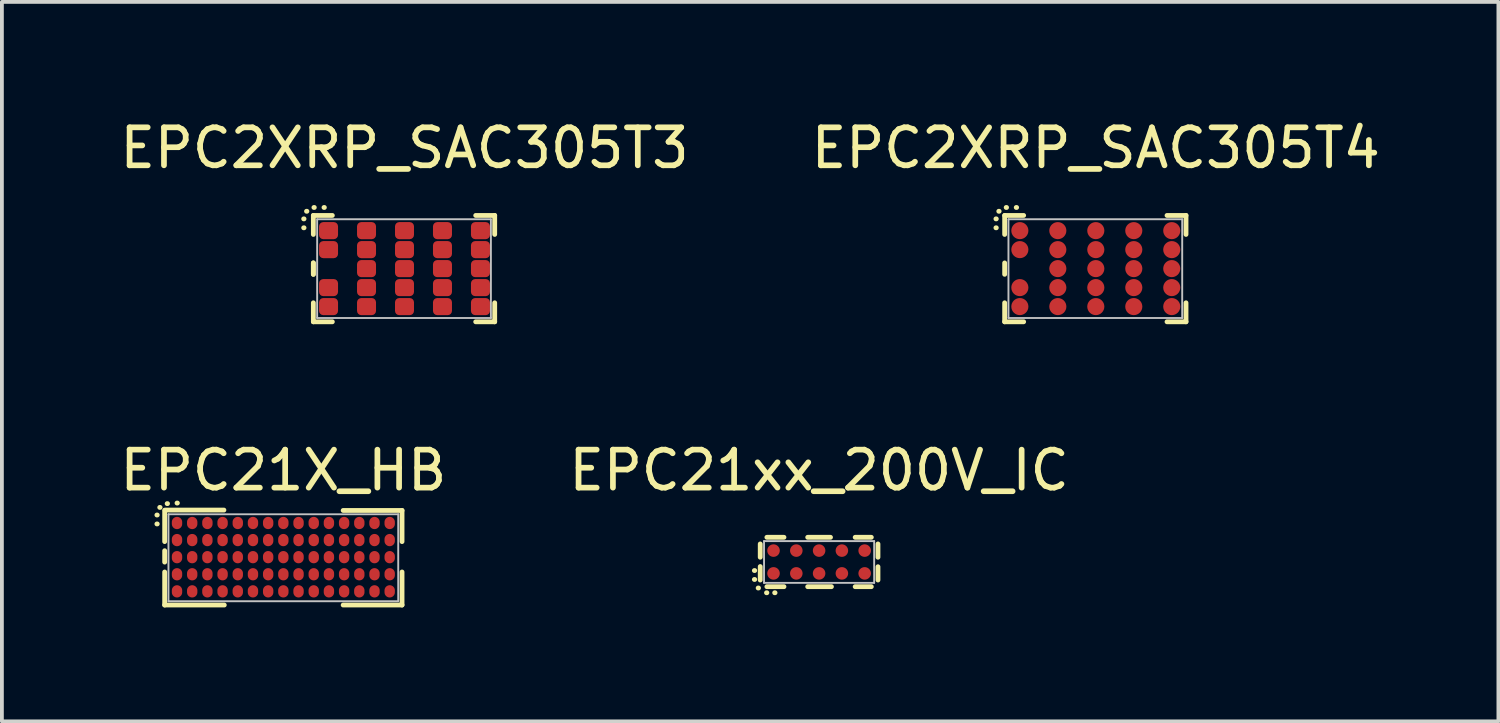
<source format=kicad_pcb>
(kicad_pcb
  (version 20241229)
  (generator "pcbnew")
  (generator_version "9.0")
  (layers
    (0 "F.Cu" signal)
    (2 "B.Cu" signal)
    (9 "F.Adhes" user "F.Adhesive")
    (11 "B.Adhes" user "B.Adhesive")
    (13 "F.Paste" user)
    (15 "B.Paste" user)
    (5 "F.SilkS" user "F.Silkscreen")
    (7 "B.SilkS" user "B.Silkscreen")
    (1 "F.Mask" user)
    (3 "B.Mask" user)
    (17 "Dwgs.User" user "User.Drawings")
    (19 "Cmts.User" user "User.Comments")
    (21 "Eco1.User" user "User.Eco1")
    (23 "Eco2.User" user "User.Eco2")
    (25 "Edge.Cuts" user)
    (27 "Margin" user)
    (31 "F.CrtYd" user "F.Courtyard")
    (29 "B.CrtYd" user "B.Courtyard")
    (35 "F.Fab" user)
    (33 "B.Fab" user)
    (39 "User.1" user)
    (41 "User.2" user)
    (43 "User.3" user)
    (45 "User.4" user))
  (footprint "EPC21X_HB"
    (layer "F.Cu")
    (at 4.411 11.621)
    (property "Reference" "EPC21X_HB" (at 0 -2.286 0) (layer "F.SilkS") (effects (font (size 1 1) (thickness 0.15))))
    (attr smd)
    (fp_line (start -3.33 -1.11) (end -3.32 -1.11) (stroke (width 0.127) (type solid)) (layer "F.SilkS"))
    (fp_line (start -3.33 -0.875) (end -3.32 -0.875) (stroke (width 0.127) (type solid)) (layer "F.SilkS"))
    (fp_line (start -3.255 -1.31) (end -3.245 -1.31) (stroke (width 0.127) (type solid)) (layer "F.SilkS"))
    (fp_line (start -3.125 -0.41) (end -3.125 -1.23) (stroke (width 0.127) (type solid)) (layer "F.SilkS"))
    (fp_line (start -3.125 0.13) (end -3.125 -0.17) (stroke (width 0.127) (type solid)) (layer "F.SilkS"))
    (fp_line (start -3.125 1.26) (end -3.125 0.39) (stroke (width 0.127) (type solid)) (layer "F.SilkS"))
    (fp_line (start -3.125 1.26) (end -1.555 1.26) (stroke (width 0.127) (type solid)) (layer "F.SilkS"))
    (fp_line (start -3.115 -1.24) (end -1.565 -1.24) (stroke (width 0.127) (type solid)) (layer "F.SilkS"))
    (fp_line (start -3.06 -1.41) (end -3.05 -1.41) (stroke (width 0.127) (type solid)) (layer "F.SilkS"))
    (fp_line (start -2.8 -1.425) (end -2.79 -1.425) (stroke (width 0.127) (type solid)) (layer "F.SilkS"))
    (fp_line (start 1.575 -1.23) (end 3.125 -1.23) (stroke (width 0.127) (type solid)) (layer "F.SilkS"))
    (fp_line (start 1.575 1.26) (end 3.125 1.26) (stroke (width 0.127) (type solid)) (layer "F.SilkS"))
    (fp_line (start 3.125 -0.41) (end 3.125 -1.23) (stroke (width 0.127) (type solid)) (layer "F.SilkS"))
    (fp_line (start 3.125 1.26) (end 3.125 0.39) (stroke (width 0.127) (type solid)) (layer "F.SilkS"))
    (fp_line (start -3.025 -1.13) (end 3.025 -1.13) (stroke (width 0.05) (type solid)) (layer "Dwgs.User"))
    (fp_line (start -3.025 1.16) (end -3.025 -1.13) (stroke (width 0.05) (type solid)) (layer "Dwgs.User"))
    (fp_line (start -3.025 1.16) (end 3.015 1.16) (stroke (width 0.05) (type solid)) (layer "Dwgs.User"))
    (fp_line (start 3.025 1.16) (end 3.025 -1.13) (stroke (width 0.05) (type solid)) (layer "Dwgs.User"))
    (pad "1" smd oval (at -2.8 -0.9 180) (size 0.273 0.323) (layers "F.Cu" "F.Mask" "F.Paste"))
    (pad "2" smd oval (at -2.8 -0.45 180) (size 0.273 0.323) (layers "F.Cu" "F.Mask" "F.Paste"))
    (pad "3" smd oval (at -2.8 0.00001 180) (size 0.273 0.323) (layers "F.Cu" "F.Mask" "F.Paste"))
    (pad "4" smd oval (at -2.8 0.45 180) (size 0.273 0.323) (layers "F.Cu" "F.Mask" "F.Paste"))
    (pad "5" smd oval (at -2.8 0.9 180) (size 0.273 0.323) (layers "F.Cu" "F.Mask" "F.Paste"))
    (pad "6" smd oval (at -2.4 -0.9 180) (size 0.273 0.323) (layers "F.Cu" "F.Mask" "F.Paste"))
    (pad "7" smd oval (at -2.4 -0.45 180) (size 0.273 0.323) (layers "F.Cu" "F.Mask" "F.Paste"))
    (pad "8" smd oval (at -2.4 0.00001 180) (size 0.273 0.323) (layers "F.Cu" "F.Mask" "F.Paste"))
    (pad "9" smd oval (at -2.4 0.45 180) (size 0.273 0.323) (layers "F.Cu" "F.Mask" "F.Paste"))
    (pad "10" smd oval (at -2.4 0.9 180) (size 0.273 0.323) (layers "F.Cu" "F.Mask" "F.Paste"))
    (pad "11" smd oval (at -2 -0.9 180) (size 0.273 0.323) (layers "F.Cu" "F.Mask" "F.Paste"))
    (pad "12" smd oval (at -2 -0.45 180) (size 0.273 0.323) (layers "F.Cu" "F.Mask" "F.Paste"))
    (pad "13" smd oval (at -2 0.00001 180) (size 0.273 0.323) (layers "F.Cu" "F.Mask" "F.Paste"))
    (pad "14" smd oval (at -2 0.45 180) (size 0.273 0.323) (layers "F.Cu" "F.Mask" "F.Paste"))
    (pad "15" smd oval (at -2 0.9 180) (size 0.273 0.323) (layers "F.Cu" "F.Mask" "F.Paste"))
    (pad "16" smd oval (at -1.6 -0.9 180) (size 0.273 0.323) (layers "F.Cu" "F.Mask" "F.Paste"))
    (pad "17" smd oval (at -1.6 -0.45 180) (size 0.273 0.323) (layers "F.Cu" "F.Mask" "F.Paste"))
    (pad "18" smd oval (at -1.6 0.00001 180) (size 0.273 0.323) (layers "F.Cu" "F.Mask" "F.Paste"))
    (pad "19" smd oval (at -1.6 0.45 180) (size 0.273 0.323) (layers "F.Cu" "F.Mask" "F.Paste"))
    (pad "20" smd oval (at -1.6 0.9 180) (size 0.273 0.323) (layers "F.Cu" "F.Mask" "F.Paste"))
    (pad "21" smd oval (at -1.2 -0.9 180) (size 0.273 0.323) (layers "F.Cu" "F.Mask" "F.Paste"))
    (pad "22" smd oval (at -1.2 -0.45 180) (size 0.273 0.323) (layers "F.Cu" "F.Mask" "F.Paste"))
    (pad "23" smd oval (at -1.2 0.00001 180) (size 0.273 0.323) (layers "F.Cu" "F.Mask" "F.Paste"))
    (pad "24" smd oval (at -1.2 0.45 180) (size 0.273 0.323) (layers "F.Cu" "F.Mask" "F.Paste"))
    (pad "25" smd oval (at -1.2 0.9 180) (size 0.273 0.323) (layers "F.Cu" "F.Mask" "F.Paste"))
    (pad "26" smd oval (at -0.8 -0.9 180) (size 0.273 0.323) (layers "F.Cu" "F.Mask" "F.Paste"))
    (pad "27" smd oval (at -0.8 -0.45 180) (size 0.273 0.323) (layers "F.Cu" "F.Mask" "F.Paste"))
    (pad "28" smd oval (at -0.8 0.00001 180) (size 0.273 0.323) (layers "F.Cu" "F.Mask" "F.Paste"))
    (pad "29" smd oval (at -0.8 0.45 180) (size 0.273 0.323) (layers "F.Cu" "F.Mask" "F.Paste"))
    (pad "30" smd oval (at -0.8 0.9 180) (size 0.273 0.323) (layers "F.Cu" "F.Mask" "F.Paste"))
    (pad "31" smd oval (at -0.4 -0.9 180) (size 0.273 0.323) (layers "F.Cu" "F.Mask" "F.Paste"))
    (pad "32" smd oval (at -0.4 -0.45 180) (size 0.273 0.323) (layers "F.Cu" "F.Mask" "F.Paste"))
    (pad "33" smd oval (at -0.4 0.00001 180) (size 0.273 0.323) (layers "F.Cu" "F.Mask" "F.Paste"))
    (pad "34" smd oval (at -0.4 0.45 180) (size 0.273 0.323) (layers "F.Cu" "F.Mask" "F.Paste"))
    (pad "35" smd oval (at -0.4 0.9 180) (size 0.273 0.323) (layers "F.Cu" "F.Mask" "F.Paste"))
    (pad "36" smd oval (at 0 -0.9 180) (size 0.273 0.323) (layers "F.Cu" "F.Mask" "F.Paste"))
    (pad "37" smd oval (at 0 -0.45 180) (size 0.273 0.323) (layers "F.Cu" "F.Mask" "F.Paste"))
    (pad "38" smd oval (at 0 0.00001 180) (size 0.273 0.323) (layers "F.Cu" "F.Mask" "F.Paste"))
    (pad "39" smd oval (at 0 0.45 180) (size 0.273 0.323) (layers "F.Cu" "F.Mask" "F.Paste"))
    (pad "40" smd oval (at 0 0.9 180) (size 0.273 0.323) (layers "F.Cu" "F.Mask" "F.Paste"))
    (pad "41" smd oval (at 0.4 -0.9 180) (size 0.273 0.323) (layers "F.Cu" "F.Mask" "F.Paste"))
    (pad "42" smd oval (at 0.4 -0.45 180) (size 0.273 0.323) (layers "F.Cu" "F.Mask" "F.Paste"))
    (pad "43" smd oval (at 0.4 0.00001 180) (size 0.273 0.323) (layers "F.Cu" "F.Mask" "F.Paste"))
    (pad "44" smd oval (at 0.4 0.45 180) (size 0.273 0.323) (layers "F.Cu" "F.Mask" "F.Paste"))
    (pad "45" smd oval (at 0.4 0.9 180) (size 0.273 0.323) (layers "F.Cu" "F.Mask" "F.Paste"))
    (pad "46" smd oval (at 0.8 -0.9 180) (size 0.273 0.323) (layers "F.Cu" "F.Mask" "F.Paste"))
    (pad "47" smd oval (at 0.8 -0.45 180) (size 0.273 0.323) (layers "F.Cu" "F.Mask" "F.Paste"))
    (pad "48" smd oval (at 0.8 0.00001 180) (size 0.273 0.323) (layers "F.Cu" "F.Mask" "F.Paste"))
    (pad "49" smd oval (at 0.8 0.45 180) (size 0.273 0.323) (layers "F.Cu" "F.Mask" "F.Paste"))
    (pad "50" smd oval (at 0.8 0.9 180) (size 0.273 0.323) (layers "F.Cu" "F.Mask" "F.Paste"))
    (pad "51" smd oval (at 1.2 -0.9 180) (size 0.273 0.323) (layers "F.Cu" "F.Mask" "F.Paste"))
    (pad "52" smd oval (at 1.2 -0.45 180) (size 0.273 0.323) (layers "F.Cu" "F.Mask" "F.Paste"))
    (pad "53" smd oval (at 1.2 0.00001 180) (size 0.273 0.323) (layers "F.Cu" "F.Mask" "F.Paste"))
    (pad "54" smd oval (at 1.2 0.45 180) (size 0.273 0.323) (layers "F.Cu" "F.Mask" "F.Paste"))
    (pad "55" smd oval (at 1.2 0.9 180) (size 0.273 0.323) (layers "F.Cu" "F.Mask" "F.Paste"))
    (pad "56" smd oval (at 1.6 -0.9 180) (size 0.273 0.323) (layers "F.Cu" "F.Mask" "F.Paste"))
    (pad "57" smd oval (at 1.6 -0.45 180) (size 0.273 0.323) (layers "F.Cu" "F.Mask" "F.Paste"))
    (pad "58" smd oval (at 1.6 0.00001 180) (size 0.273 0.323) (layers "F.Cu" "F.Mask" "F.Paste"))
    (pad "59" smd oval (at 1.6 0.45 180) (size 0.273 0.323) (layers "F.Cu" "F.Mask" "F.Paste"))
    (pad "60" smd oval (at 1.6 0.9 180) (size 0.273 0.323) (layers "F.Cu" "F.Mask" "F.Paste"))
    (pad "61" smd oval (at 2 -0.9 180) (size 0.273 0.323) (layers "F.Cu" "F.Mask" "F.Paste"))
    (pad "62" smd oval (at 2 -0.45 180) (size 0.273 0.323) (layers "F.Cu" "F.Mask" "F.Paste"))
    (pad "63" smd oval (at 2 0.00001 180) (size 0.273 0.323) (layers "F.Cu" "F.Mask" "F.Paste"))
    (pad "64" smd oval (at 2 0.45 180) (size 0.273 0.323) (layers "F.Cu" "F.Mask" "F.Paste"))
    (pad "65" smd oval (at 2 0.9 180) (size 0.273 0.323) (layers "F.Cu" "F.Mask" "F.Paste"))
    (pad "66" smd oval (at 2.4 -0.9 180) (size 0.273 0.323) (layers "F.Cu" "F.Mask" "F.Paste"))
    (pad "67" smd oval (at 2.4 -0.45 180) (size 0.273 0.323) (layers "F.Cu" "F.Mask" "F.Paste"))
    (pad "68" smd oval (at 2.4 0.00001 180) (size 0.273 0.323) (layers "F.Cu" "F.Mask" "F.Paste"))
    (pad "69" smd oval (at 2.4 0.45 180) (size 0.273 0.323) (layers "F.Cu" "F.Mask" "F.Paste"))
    (pad "70" smd oval (at 2.4 0.9 180) (size 0.273 0.323) (layers "F.Cu" "F.Mask" "F.Paste"))
    (pad "71" smd oval (at 2.8 -0.9 180) (size 0.273 0.323) (layers "F.Cu" "F.Mask" "F.Paste"))
    (pad "72" smd oval (at 2.8 -0.45 180) (size 0.273 0.323) (layers "F.Cu" "F.Mask" "F.Paste"))
    (pad "73" smd oval (at 2.8 0.00001 180) (size 0.273 0.323) (layers "F.Cu" "F.Mask" "F.Paste"))
    (pad "74" smd oval (at 2.8 0.45 180) (size 0.273 0.323) (layers "F.Cu" "F.Mask" "F.Paste"))
    (pad "75" smd oval (at 2.8 0.9 180) (size 0.273 0.323) (layers "F.Cu" "F.Mask" "F.Paste")))
  (footprint "EPC2XRP_SAC305T3"
    (layer "F.Cu")
    (at 7.601 4.023)
    (property "Reference" "EPC2XRP_SAC305T3" (at 0 -3.175 0) (layer "F.SilkS") (effects (font (size 1 1) (thickness 0.15))))
    (attr smd)
    (fp_line (start -2.655 -1.31) (end -2.645 -1.31) (stroke (width 0.127) (type solid)) (layer "F.SilkS"))
    (fp_line (start -2.655 -1.075) (end -2.645 -1.075) (stroke (width 0.127) (type solid)) (layer "F.SilkS"))
    (fp_line (start -2.58 -1.51) (end -2.57 -1.51) (stroke (width 0.127) (type solid)) (layer "F.SilkS"))
    (fp_line (start -2.4 -1.4) (end -1.9 -1.4) (stroke (width 0.127) (type solid)) (layer "F.SilkS"))
    (fp_line (start -2.4 -0.9) (end -2.4 -1.4) (stroke (width 0.127) (type solid)) (layer "F.SilkS"))
    (fp_line (start -2.4 0.15) (end -2.4 -0.15) (stroke (width 0.127) (type solid)) (layer "F.SilkS"))
    (fp_line (start -2.4 0.15) (end -2.4 -0.15) (stroke (width 0.127) (type solid)) (layer "F.SilkS"))
    (fp_line (start -2.4 1.4) (end -2.4 0.9) (stroke (width 0.127) (type solid)) (layer "F.SilkS"))
    (fp_line (start -2.4 1.4) (end -1.9 1.4) (stroke (width 0.127) (type solid)) (layer "F.SilkS"))
    (fp_line (start -2.385 -1.61) (end -2.375 -1.61) (stroke (width 0.127) (type solid)) (layer "F.SilkS"))
    (fp_line (start -2.12 -1.61) (end -2.11 -1.61) (stroke (width 0.127) (type solid)) (layer "F.SilkS"))
    (fp_line (start 1.875 -1.4) (end 2.375 -1.4) (stroke (width 0.127) (type solid)) (layer "F.SilkS"))
    (fp_line (start 1.875 1.4) (end 2.375 1.4) (stroke (width 0.127) (type solid)) (layer "F.SilkS"))
    (fp_line (start 2.375 -0.9) (end 2.375 -1.4) (stroke (width 0.127) (type solid)) (layer "F.SilkS"))
    (fp_line (start 2.375 1.4) (end 2.375 0.9) (stroke (width 0.127) (type solid)) (layer "F.SilkS"))
    (fp_line (start -2.3 -1.3) (end 2.275 -1.3) (stroke (width 0.05) (type solid)) (layer "Dwgs.User"))
    (fp_line (start -2.3 1.3) (end -2.3 -1.3) (stroke (width 0.05) (type solid)) (layer "Dwgs.User"))
    (fp_line (start -2.3 1.3) (end 2.275 1.3) (stroke (width 0.05) (type solid)) (layer "Dwgs.User"))
    (fp_line (start 2.275 1.3) (end 2.275 -1.3) (stroke (width 0.05) (type solid)) (layer "Dwgs.User"))
    (pad "1" smd roundrect (at -2 -1) (size 0.5 0.45) (layers "F.Cu" "F.Mask" "F.Paste") (roundrect_rratio 0.25))
    (pad "2" smd roundrect (at -2 -0.5) (size 0.5 0.45) (layers "F.Cu" "F.Mask" "F.Paste") (roundrect_rratio 0.25))
    (pad "3" smd roundrect (at -2 0.5) (size 0.5 0.45) (layers "F.Cu" "F.Mask" "F.Paste") (roundrect_rratio 0.25))
    (pad "4" smd roundrect (at -2 1) (size 0.5 0.45) (layers "F.Cu" "F.Mask" "F.Paste") (roundrect_rratio 0.25))
    (pad "5" smd roundrect (at -1 -1) (size 0.5 0.45) (layers "F.Cu" "F.Mask" "F.Paste") (roundrect_rratio 0.25))
    (pad "6" smd roundrect (at -1 -0.5) (size 0.5 0.45) (layers "F.Cu" "F.Mask" "F.Paste") (roundrect_rratio 0.25))
    (pad "7" smd roundrect (at -1 0) (size 0.5 0.45) (layers "F.Cu" "F.Mask" "F.Paste") (roundrect_rratio 0.25))
    (pad "8" smd roundrect (at -1 0.5) (size 0.5 0.45) (layers "F.Cu" "F.Mask" "F.Paste") (roundrect_rratio 0.25))
    (pad "9" smd roundrect (at -1 1) (size 0.5 0.45) (layers "F.Cu" "F.Mask" "F.Paste") (roundrect_rratio 0.25))
    (pad "10" smd roundrect (at 0 -1) (size 0.5 0.45) (layers "F.Cu" "F.Mask" "F.Paste") (roundrect_rratio 0.25))
    (pad "11" smd roundrect (at 0 -0.5) (size 0.5 0.45) (layers "F.Cu" "F.Mask" "F.Paste") (roundrect_rratio 0.25))
    (pad "12" smd roundrect (at 0 0) (size 0.5 0.45) (layers "F.Cu" "F.Mask" "F.Paste") (roundrect_rratio 0.25))
    (pad "13" smd roundrect (at 0 0.5) (size 0.5 0.45) (layers "F.Cu" "F.Mask" "F.Paste") (roundrect_rratio 0.25))
    (pad "14" smd roundrect (at 0 1) (size 0.5 0.45) (layers "F.Cu" "F.Mask" "F.Paste") (roundrect_rratio 0.25))
    (pad "15" smd roundrect (at 1 -1) (size 0.5 0.45) (layers "F.Cu" "F.Mask" "F.Paste") (roundrect_rratio 0.25))
    (pad "16" smd roundrect (at 1 -0.5) (size 0.5 0.45) (layers "F.Cu" "F.Mask" "F.Paste") (roundrect_rratio 0.25))
    (pad "17" smd roundrect (at 1 0) (size 0.5 0.45) (layers "F.Cu" "F.Mask" "F.Paste") (roundrect_rratio 0.25))
    (pad "18" smd roundrect (at 1 0.5) (size 0.5 0.45) (layers "F.Cu" "F.Mask" "F.Paste") (roundrect_rratio 0.25))
    (pad "19" smd roundrect (at 1 1) (size 0.5 0.45) (layers "F.Cu" "F.Mask" "F.Paste") (roundrect_rratio 0.25))
    (pad "20" smd roundrect (at 2 -1) (size 0.5 0.45) (layers "F.Cu" "F.Mask" "F.Paste") (roundrect_rratio 0.25))
    (pad "21" smd roundrect (at 2 -0.5) (size 0.5 0.45) (layers "F.Cu" "F.Mask" "F.Paste") (roundrect_rratio 0.25))
    (pad "22" smd roundrect (at 2 0) (size 0.5 0.45) (layers "F.Cu" "F.Mask" "F.Paste") (roundrect_rratio 0.25))
    (pad "23" smd roundrect (at 2 0.5) (size 0.5 0.45) (layers "F.Cu" "F.Mask" "F.Paste") (roundrect_rratio 0.25))
    (pad "24" smd roundrect (at 2 1) (size 0.5 0.45) (layers "F.Cu" "F.Mask" "F.Paste") (roundrect_rratio 0.25)))
  (footprint "EPC2XRP_SAC305T4"
    (layer "F.Cu")
    (at 25.804 4.023)
    (property "Reference" "EPC2XRP_SAC305T4" (at 0 -3.175 0) (layer "F.SilkS") (effects (font (size 1 1) (thickness 0.15))))
    (attr smd)
    (fp_line (start -2.63 -1.31) (end -2.62 -1.31) (stroke (width 0.127) (type solid)) (layer "F.SilkS"))
    (fp_line (start -2.63 -1.075) (end -2.62 -1.075) (stroke (width 0.127) (type solid)) (layer "F.SilkS"))
    (fp_line (start -2.555 -1.51) (end -2.545 -1.51) (stroke (width 0.127) (type solid)) (layer "F.SilkS"))
    (fp_line (start -2.4 -1.4) (end -1.9 -1.4) (stroke (width 0.127) (type solid)) (layer "F.SilkS"))
    (fp_line (start -2.4 -0.9) (end -2.4 -1.4) (stroke (width 0.127) (type solid)) (layer "F.SilkS"))
    (fp_line (start -2.4 0.15) (end -2.4 -0.15) (stroke (width 0.127) (type solid)) (layer "F.SilkS"))
    (fp_line (start -2.4 1.4) (end -2.4 0.9) (stroke (width 0.127) (type solid)) (layer "F.SilkS"))
    (fp_line (start -2.4 1.4) (end -1.9 1.4) (stroke (width 0.127) (type solid)) (layer "F.SilkS"))
    (fp_line (start -2.36 -1.61) (end -2.35 -1.61) (stroke (width 0.127) (type solid)) (layer "F.SilkS"))
    (fp_line (start -2.095 -1.61) (end -2.085 -1.61) (stroke (width 0.127) (type solid)) (layer "F.SilkS"))
    (fp_line (start 1.875 -1.4) (end 2.375 -1.4) (stroke (width 0.127) (type solid)) (layer "F.SilkS"))
    (fp_line (start 1.875 1.4) (end 2.375 1.4) (stroke (width 0.127) (type solid)) (layer "F.SilkS"))
    (fp_line (start 2.375 -0.9) (end 2.375 -1.4) (stroke (width 0.127) (type solid)) (layer "F.SilkS"))
    (fp_line (start 2.375 1.4) (end 2.375 0.9) (stroke (width 0.127) (type solid)) (layer "F.SilkS"))
    (fp_line (start -2.3 -1.3) (end 2.275 -1.3) (stroke (width 0.05) (type solid)) (layer "Dwgs.User"))
    (fp_line (start -2.3 1.3) (end -2.3 -1.3) (stroke (width 0.05) (type solid)) (layer "Dwgs.User"))
    (fp_line (start -2.3 1.3) (end 2.275 1.3) (stroke (width 0.05) (type solid)) (layer "Dwgs.User"))
    (fp_line (start 2.275 1.3) (end 2.275 -1.3) (stroke (width 0.05) (type solid)) (layer "Dwgs.User"))
    (pad "1" smd oval (at -2 -1) (size 0.45 0.45) (layers "F.Cu" "F.Mask" "F.Paste"))
    (pad "2" smd oval (at -2 -0.5) (size 0.45 0.45) (layers "F.Cu" "F.Mask" "F.Paste"))
    (pad "3" smd oval (at -2 0.5) (size 0.45 0.45) (layers "F.Cu" "F.Mask" "F.Paste"))
    (pad "4" smd oval (at -2 1) (size 0.45 0.45) (layers "F.Cu" "F.Mask" "F.Paste"))
    (pad "5" smd oval (at -1 -1) (size 0.45 0.45) (layers "F.Cu" "F.Mask" "F.Paste"))
    (pad "6" smd oval (at -1 -0.5) (size 0.45 0.45) (layers "F.Cu" "F.Mask" "F.Paste"))
    (pad "7" smd oval (at -1 0) (size 0.45 0.45) (layers "F.Cu" "F.Mask" "F.Paste"))
    (pad "8" smd oval (at -1 0.5) (size 0.45 0.45) (layers "F.Cu" "F.Mask" "F.Paste"))
    (pad "9" smd oval (at -1 1) (size 0.45 0.45) (layers "F.Cu" "F.Mask" "F.Paste"))
    (pad "10" smd oval (at 0 -1) (size 0.45 0.45) (layers "F.Cu" "F.Mask" "F.Paste"))
    (pad "11" smd oval (at 0 -0.5) (size 0.45 0.45) (layers "F.Cu" "F.Mask" "F.Paste"))
    (pad "12" smd oval (at 0 0) (size 0.45 0.45) (layers "F.Cu" "F.Mask" "F.Paste"))
    (pad "13" smd oval (at 0 0.5) (size 0.45 0.45) (layers "F.Cu" "F.Mask" "F.Paste"))
    (pad "14" smd oval (at 0 1) (size 0.45 0.45) (layers "F.Cu" "F.Mask" "F.Paste"))
    (pad "15" smd oval (at 1 -1) (size 0.45 0.45) (layers "F.Cu" "F.Mask" "F.Paste"))
    (pad "16" smd oval (at 1 -0.5) (size 0.45 0.45) (layers "F.Cu" "F.Mask" "F.Paste"))
    (pad "17" smd oval (at 1 0) (size 0.45 0.45) (layers "F.Cu" "F.Mask" "F.Paste"))
    (pad "18" smd oval (at 1 0.5) (size 0.45 0.45) (layers "F.Cu" "F.Mask" "F.Paste"))
    (pad "19" smd oval (at 1 1) (size 0.45 0.45) (layers "F.Cu" "F.Mask" "F.Paste"))
    (pad "20" smd oval (at 2 -1) (size 0.45 0.45) (layers "F.Cu" "F.Mask" "F.Paste"))
    (pad "21" smd oval (at 2 -0.5) (size 0.45 0.45) (layers "F.Cu" "F.Mask" "F.Paste"))
    (pad "22" smd oval (at 2 0) (size 0.45 0.45) (layers "F.Cu" "F.Mask" "F.Paste"))
    (pad "23" smd oval (at 2 0.5) (size 0.45 0.45) (layers "F.Cu" "F.Mask" "F.Paste"))
    (pad "24" smd oval (at 2 1) (size 0.45 0.45) (layers "F.Cu" "F.Mask" "F.Paste")))
  (footprint "EPC21xx_200V_IC"
    (layer "F.Cu")
    (at 18.518 11.748)
    (property "Reference" "EPC21xx_200V_IC" (at 0 -2.413 0) (layer "F.SilkS") (effects (font (size 1 1) (thickness 0.15))))
    (attr smd)
    (fp_line (start -1.705 0.225) (end -1.695 0.225) (stroke (width 0.127) (type solid)) (layer "F.SilkS"))
    (fp_line (start -1.705 0.46) (end -1.695 0.46) (stroke (width 0.127) (type solid)) (layer "F.SilkS"))
    (fp_line (start -1.605 0.685) (end -1.595 0.685) (stroke (width 0.127) (type solid)) (layer "F.SilkS"))
    (fp_line (start -1.55 -0.125) (end -1.55 -0.475) (stroke (width 0.127) (type solid)) (layer "F.SilkS"))
    (fp_line (start -1.55 0.475) (end -1.55 0.12) (stroke (width 0.127) (type solid)) (layer "F.SilkS"))
    (fp_line (start -1.385 0.81) (end -1.375 0.81) (stroke (width 0.127) (type solid)) (layer "F.SilkS"))
    (fp_line (start -1.375 -0.65) (end -0.925 -0.65) (stroke (width 0.127) (type solid)) (layer "F.SilkS"))
    (fp_line (start -1.375 0.65) (end -0.925 0.65) (stroke (width 0.127) (type solid)) (layer "F.SilkS"))
    (fp_line (start -1.17 0.81) (end -1.16 0.81) (stroke (width 0.127) (type solid)) (layer "F.SilkS"))
    (fp_line (start -0.3 -0.65) (end 0.3 -0.65) (stroke (width 0.127) (type solid)) (layer "F.SilkS"))
    (fp_line (start -0.3 0.65) (end 0.325 0.65) (stroke (width 0.127) (type solid)) (layer "F.SilkS"))
    (fp_line (start 0.95 -0.65) (end 1.375 -0.65) (stroke (width 0.127) (type solid)) (layer "F.SilkS"))
    (fp_line (start 0.95 0.65) (end 1.375 0.65) (stroke (width 0.127) (type solid)) (layer "F.SilkS"))
    (fp_line (start 1.55 -0.125) (end 1.55 -0.475) (stroke (width 0.127) (type solid)) (layer "F.SilkS"))
    (fp_line (start 1.55 0.475) (end 1.55 0.125) (stroke (width 0.127) (type solid)) (layer "F.SilkS"))
    (fp_line (start -1.45 -0.55) (end 1.45 -0.55) (stroke (width 0.05) (type solid)) (layer "Dwgs.User"))
    (fp_line (start -1.45 0.55) (end -1.45 -0.55) (stroke (width 0.05) (type solid)) (layer "Dwgs.User"))
    (fp_line (start -1.45 0.55) (end 1.45 0.55) (stroke (width 0.05) (type solid)) (layer "Dwgs.User"))
    (fp_line (start 1.45 0.55) (end 1.45 -0.55) (stroke (width 0.05) (type solid)) (layer "Dwgs.User"))
    (pad "1" smd circle (at -1.2 0.3 180) (size 0.33 0.33) (layers "F.Cu" "F.Mask" "F.Paste"))
    (pad "2" smd circle (at -1.2 -0.3 180) (size 0.33 0.33) (layers "F.Cu" "F.Mask" "F.Paste"))
    (pad "3" smd circle (at -0.6 0.3 180) (size 0.33 0.33) (layers "F.Cu" "F.Mask" "F.Paste"))
    (pad "4" smd circle (at -0.6 -0.3 180) (size 0.33 0.33) (layers "F.Cu" "F.Mask" "F.Paste"))
    (pad "5" smd circle (at 0 0.3 180) (size 0.33 0.33) (layers "F.Cu" "F.Mask" "F.Paste"))
    (pad "6" smd circle (at 0 -0.3 180) (size 0.33 0.33) (layers "F.Cu" "F.Mask" "F.Paste"))
    (pad "7" smd circle (at 0.6 0.3 180) (size 0.33 0.33) (layers "F.Cu" "F.Mask" "F.Paste"))
    (pad "8" smd circle (at 0.6 -0.3 180) (size 0.33 0.33) (layers "F.Cu" "F.Mask" "F.Paste"))
    (pad "9" smd circle (at 1.2 0.3 180) (size 0.33 0.33) (layers "F.Cu" "F.Mask" "F.Paste"))
    (pad "10" smd circle (at 1.2 -0.3 180) (size 0.33 0.33) (layers "F.Cu" "F.Mask" "F.Paste")))
  (gr_rect
    (start -3 -3)
    (end 36.405 15.944)
    (stroke (width 0.1) (type default))
    (fill no)
    (layer "Edge.Cuts")))
</source>
